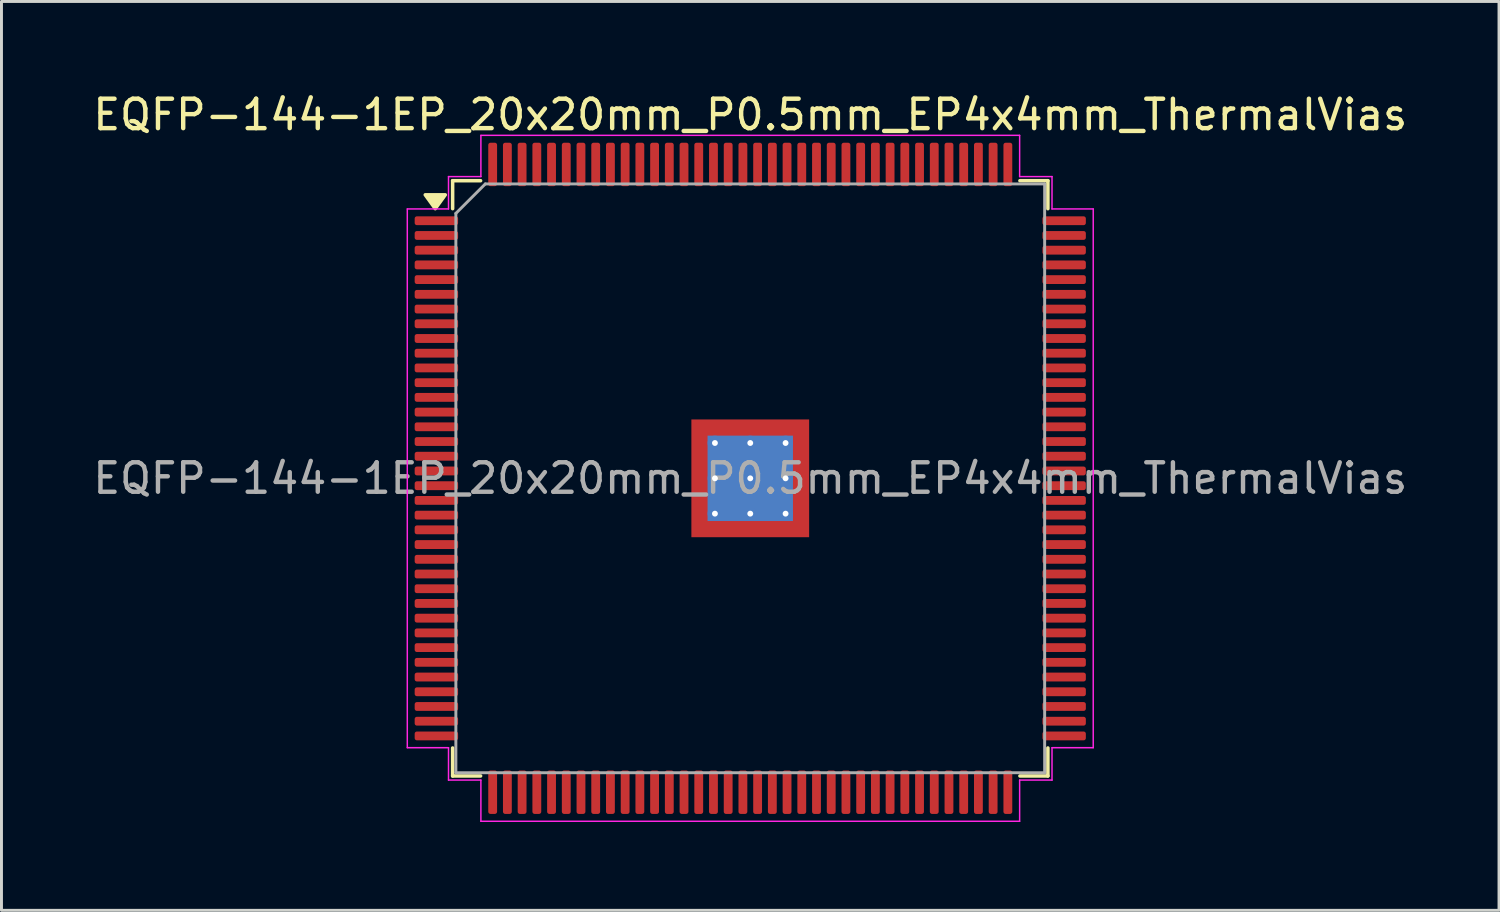
<source format=kicad_pcb>
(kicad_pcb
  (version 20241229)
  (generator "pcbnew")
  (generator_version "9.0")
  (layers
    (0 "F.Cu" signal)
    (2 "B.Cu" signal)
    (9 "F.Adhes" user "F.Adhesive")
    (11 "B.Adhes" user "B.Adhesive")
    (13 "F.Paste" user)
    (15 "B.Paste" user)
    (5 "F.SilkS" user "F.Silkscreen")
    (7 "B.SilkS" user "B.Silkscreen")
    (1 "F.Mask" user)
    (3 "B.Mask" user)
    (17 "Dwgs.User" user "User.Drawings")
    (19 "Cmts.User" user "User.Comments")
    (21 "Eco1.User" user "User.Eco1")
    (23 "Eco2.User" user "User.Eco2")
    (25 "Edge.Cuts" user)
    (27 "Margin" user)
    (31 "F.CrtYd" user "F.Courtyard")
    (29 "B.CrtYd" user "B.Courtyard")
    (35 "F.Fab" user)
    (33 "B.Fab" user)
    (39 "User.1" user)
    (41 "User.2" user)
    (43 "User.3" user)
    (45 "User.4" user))
  (footprint "EQFP-144-1EP_20x20mm_P0.5mm_EP4x4mm_ThermalVias"
    (layer "F.Cu")
    (at 22.435 13.198)
    (property "Reference" "EQFP-144-1EP_20x20mm_P0.5mm_EP4x4mm_ThermalVias" (at 0 -12.35 0) (layer "F.SilkS") (effects (font (size 1 1) (thickness 0.15))))
    (attr smd)
    (fp_line (start -10.11 -10.11) (end -10.11 -9.16) (stroke (width 0.12) (type solid)) (layer "F.SilkS"))
    (fp_line (start -10.11 10.11) (end -10.11 9.16) (stroke (width 0.12) (type solid)) (layer "F.SilkS"))
    (fp_line (start -9.16 -10.11) (end -10.11 -10.11) (stroke (width 0.12) (type solid)) (layer "F.SilkS"))
    (fp_line (start -9.16 10.11) (end -10.11 10.11) (stroke (width 0.12) (type solid)) (layer "F.SilkS"))
    (fp_line (start 9.16 -10.11) (end 10.11 -10.11) (stroke (width 0.12) (type solid)) (layer "F.SilkS"))
    (fp_line (start 9.16 10.11) (end 10.11 10.11) (stroke (width 0.12) (type solid)) (layer "F.SilkS"))
    (fp_line (start 10.11 -10.11) (end 10.11 -9.16) (stroke (width 0.12) (type solid)) (layer "F.SilkS"))
    (fp_line (start 10.11 10.11) (end 10.11 9.16) (stroke (width 0.12) (type solid)) (layer "F.SilkS"))
    (fp_poly (pts (xy -10.7 -9.16) (xy -11.04 -9.63) (xy -10.36 -9.63)) (stroke (width 0.12) (type solid)) (fill yes) (layer "F.SilkS"))
    (fp_line (start -11.65 -9.15) (end -10.25 -9.15) (stroke (width 0.05) (type solid)) (layer "F.CrtYd"))
    (fp_line (start -11.65 9.15) (end -11.65 -9.15) (stroke (width 0.05) (type solid)) (layer "F.CrtYd"))
    (fp_line (start -10.25 -10.25) (end -9.15 -10.25) (stroke (width 0.05) (type solid)) (layer "F.CrtYd"))
    (fp_line (start -10.25 -9.15) (end -10.25 -10.25) (stroke (width 0.05) (type solid)) (layer "F.CrtYd"))
    (fp_line (start -10.25 9.15) (end -11.65 9.15) (stroke (width 0.05) (type solid)) (layer "F.CrtYd"))
    (fp_line (start -10.25 10.25) (end -10.25 9.15) (stroke (width 0.05) (type solid)) (layer "F.CrtYd"))
    (fp_line (start -9.15 -11.65) (end 9.15 -11.65) (stroke (width 0.05) (type solid)) (layer "F.CrtYd"))
    (fp_line (start -9.15 -10.25) (end -9.15 -11.65) (stroke (width 0.05) (type solid)) (layer "F.CrtYd"))
    (fp_line (start -9.15 10.25) (end -10.25 10.25) (stroke (width 0.05) (type solid)) (layer "F.CrtYd"))
    (fp_line (start -9.15 11.65) (end -9.15 10.25) (stroke (width 0.05) (type solid)) (layer "F.CrtYd"))
    (fp_line (start 9.15 -11.65) (end 9.15 -10.25) (stroke (width 0.05) (type solid)) (layer "F.CrtYd"))
    (fp_line (start 9.15 -10.25) (end 10.25 -10.25) (stroke (width 0.05) (type solid)) (layer "F.CrtYd"))
    (fp_line (start 9.15 10.25) (end 9.15 11.65) (stroke (width 0.05) (type solid)) (layer "F.CrtYd"))
    (fp_line (start 9.15 11.65) (end -9.15 11.65) (stroke (width 0.05) (type solid)) (layer "F.CrtYd"))
    (fp_line (start 10.25 -10.25) (end 10.25 -9.15) (stroke (width 0.05) (type solid)) (layer "F.CrtYd"))
    (fp_line (start 10.25 -9.15) (end 11.65 -9.15) (stroke (width 0.05) (type solid)) (layer "F.CrtYd"))
    (fp_line (start 10.25 9.15) (end 10.25 10.25) (stroke (width 0.05) (type solid)) (layer "F.CrtYd"))
    (fp_line (start 10.25 10.25) (end 9.15 10.25) (stroke (width 0.05) (type solid)) (layer "F.CrtYd"))
    (fp_line (start 11.65 -9.15) (end 11.65 9.15) (stroke (width 0.05) (type solid)) (layer "F.CrtYd"))
    (fp_line (start 11.65 9.15) (end 10.25 9.15) (stroke (width 0.05) (type solid)) (layer "F.CrtYd"))
    (fp_line (start -10 -9) (end -9 -10) (stroke (width 0.1) (type solid)) (layer "F.Fab"))
    (fp_line (start -10 10) (end -10 -9) (stroke (width 0.1) (type solid)) (layer "F.Fab"))
    (fp_line (start -9 -10) (end 10 -10) (stroke (width 0.1) (type solid)) (layer "F.Fab"))
    (fp_line (start 10 -10) (end 10 10) (stroke (width 0.1) (type solid)) (layer "F.Fab"))
    (fp_line (start 10 10) (end -10 10) (stroke (width 0.1) (type solid)) (layer "F.Fab"))
    (fp_text user "${REFERENCE}" (at 0 0 0) (layer "F.Fab") (effects (font (size 1 1) (thickness 0.15))))
    (pad "" smd roundrect (at -1.33 -1.33) (size 1.07 1.07) (layers "F.Paste") (roundrect_rratio 0.234))
    (pad "" smd roundrect (at -1.33 0) (size 1.07 1.07) (layers "F.Paste") (roundrect_rratio 0.234))
    (pad "" smd roundrect (at -1.33 1.33) (size 1.07 1.07) (layers "F.Paste") (roundrect_rratio 0.234))
    (pad "" smd roundrect (at 0 -1.33) (size 1.07 1.07) (layers "F.Paste") (roundrect_rratio 0.234))
    (pad "" smd roundrect (at 0 0) (size 1.07 1.07) (layers "F.Paste") (roundrect_rratio 0.234))
    (pad "" smd roundrect (at 0 1.33) (size 1.07 1.07) (layers "F.Paste") (roundrect_rratio 0.234))
    (pad "" smd roundrect (at 1.33 -1.33) (size 1.07 1.07) (layers "F.Paste") (roundrect_rratio 0.234))
    (pad "" smd roundrect (at 1.33 0) (size 1.07 1.07) (layers "F.Paste") (roundrect_rratio 0.234))
    (pad "" smd roundrect (at 1.33 1.33) (size 1.07 1.07) (layers "F.Paste") (roundrect_rratio 0.234))
    (pad "1" smd roundrect (at -10.662 -8.75) (size 1.475 0.3) (layers "F.Cu" "F.Mask" "F.Paste") (roundrect_rratio 0.25))
    (pad "2" smd roundrect (at -10.662 -8.25) (size 1.475 0.3) (layers "F.Cu" "F.Mask" "F.Paste") (roundrect_rratio 0.25))
    (pad "3" smd roundrect (at -10.662 -7.75) (size 1.475 0.3) (layers "F.Cu" "F.Mask" "F.Paste") (roundrect_rratio 0.25))
    (pad "4" smd roundrect (at -10.662 -7.25) (size 1.475 0.3) (layers "F.Cu" "F.Mask" "F.Paste") (roundrect_rratio 0.25))
    (pad "5" smd roundrect (at -10.662 -6.75) (size 1.475 0.3) (layers "F.Cu" "F.Mask" "F.Paste") (roundrect_rratio 0.25))
    (pad "6" smd roundrect (at -10.662 -6.25) (size 1.475 0.3) (layers "F.Cu" "F.Mask" "F.Paste") (roundrect_rratio 0.25))
    (pad "7" smd roundrect (at -10.662 -5.75) (size 1.475 0.3) (layers "F.Cu" "F.Mask" "F.Paste") (roundrect_rratio 0.25))
    (pad "8" smd roundrect (at -10.662 -5.25) (size 1.475 0.3) (layers "F.Cu" "F.Mask" "F.Paste") (roundrect_rratio 0.25))
    (pad "9" smd roundrect (at -10.662 -4.75) (size 1.475 0.3) (layers "F.Cu" "F.Mask" "F.Paste") (roundrect_rratio 0.25))
    (pad "10" smd roundrect (at -10.662 -4.25) (size 1.475 0.3) (layers "F.Cu" "F.Mask" "F.Paste") (roundrect_rratio 0.25))
    (pad "11" smd roundrect (at -10.662 -3.75) (size 1.475 0.3) (layers "F.Cu" "F.Mask" "F.Paste") (roundrect_rratio 0.25))
    (pad "12" smd roundrect (at -10.662 -3.25) (size 1.475 0.3) (layers "F.Cu" "F.Mask" "F.Paste") (roundrect_rratio 0.25))
    (pad "13" smd roundrect (at -10.662 -2.75) (size 1.475 0.3) (layers "F.Cu" "F.Mask" "F.Paste") (roundrect_rratio 0.25))
    (pad "14" smd roundrect (at -10.662 -2.25) (size 1.475 0.3) (layers "F.Cu" "F.Mask" "F.Paste") (roundrect_rratio 0.25))
    (pad "15" smd roundrect (at -10.662 -1.75) (size 1.475 0.3) (layers "F.Cu" "F.Mask" "F.Paste") (roundrect_rratio 0.25))
    (pad "16" smd roundrect (at -10.662 -1.25) (size 1.475 0.3) (layers "F.Cu" "F.Mask" "F.Paste") (roundrect_rratio 0.25))
    (pad "17" smd roundrect (at -10.662 -0.75) (size 1.475 0.3) (layers "F.Cu" "F.Mask" "F.Paste") (roundrect_rratio 0.25))
    (pad "18" smd roundrect (at -10.662 -0.25) (size 1.475 0.3) (layers "F.Cu" "F.Mask" "F.Paste") (roundrect_rratio 0.25))
    (pad "19" smd roundrect (at -10.662 0.25) (size 1.475 0.3) (layers "F.Cu" "F.Mask" "F.Paste") (roundrect_rratio 0.25))
    (pad "20" smd roundrect (at -10.662 0.75) (size 1.475 0.3) (layers "F.Cu" "F.Mask" "F.Paste") (roundrect_rratio 0.25))
    (pad "21" smd roundrect (at -10.662 1.25) (size 1.475 0.3) (layers "F.Cu" "F.Mask" "F.Paste") (roundrect_rratio 0.25))
    (pad "22" smd roundrect (at -10.662 1.75) (size 1.475 0.3) (layers "F.Cu" "F.Mask" "F.Paste") (roundrect_rratio 0.25))
    (pad "23" smd roundrect (at -10.662 2.25) (size 1.475 0.3) (layers "F.Cu" "F.Mask" "F.Paste") (roundrect_rratio 0.25))
    (pad "24" smd roundrect (at -10.662 2.75) (size 1.475 0.3) (layers "F.Cu" "F.Mask" "F.Paste") (roundrect_rratio 0.25))
    (pad "25" smd roundrect (at -10.662 3.25) (size 1.475 0.3) (layers "F.Cu" "F.Mask" "F.Paste") (roundrect_rratio 0.25))
    (pad "26" smd roundrect (at -10.662 3.75) (size 1.475 0.3) (layers "F.Cu" "F.Mask" "F.Paste") (roundrect_rratio 0.25))
    (pad "27" smd roundrect (at -10.662 4.25) (size 1.475 0.3) (layers "F.Cu" "F.Mask" "F.Paste") (roundrect_rratio 0.25))
    (pad "28" smd roundrect (at -10.662 4.75) (size 1.475 0.3) (layers "F.Cu" "F.Mask" "F.Paste") (roundrect_rratio 0.25))
    (pad "29" smd roundrect (at -10.662 5.25) (size 1.475 0.3) (layers "F.Cu" "F.Mask" "F.Paste") (roundrect_rratio 0.25))
    (pad "30" smd roundrect (at -10.662 5.75) (size 1.475 0.3) (layers "F.Cu" "F.Mask" "F.Paste") (roundrect_rratio 0.25))
    (pad "31" smd roundrect (at -10.662 6.25) (size 1.475 0.3) (layers "F.Cu" "F.Mask" "F.Paste") (roundrect_rratio 0.25))
    (pad "32" smd roundrect (at -10.662 6.75) (size 1.475 0.3) (layers "F.Cu" "F.Mask" "F.Paste") (roundrect_rratio 0.25))
    (pad "33" smd roundrect (at -10.662 7.25) (size 1.475 0.3) (layers "F.Cu" "F.Mask" "F.Paste") (roundrect_rratio 0.25))
    (pad "34" smd roundrect (at -10.662 7.75) (size 1.475 0.3) (layers "F.Cu" "F.Mask" "F.Paste") (roundrect_rratio 0.25))
    (pad "35" smd roundrect (at -10.662 8.25) (size 1.475 0.3) (layers "F.Cu" "F.Mask" "F.Paste") (roundrect_rratio 0.25))
    (pad "36" smd roundrect (at -10.662 8.75) (size 1.475 0.3) (layers "F.Cu" "F.Mask" "F.Paste") (roundrect_rratio 0.25))
    (pad "37" smd roundrect (at -8.75 10.662) (size 0.3 1.475) (layers "F.Cu" "F.Mask" "F.Paste") (roundrect_rratio 0.25))
    (pad "38" smd roundrect (at -8.25 10.662) (size 0.3 1.475) (layers "F.Cu" "F.Mask" "F.Paste") (roundrect_rratio 0.25))
    (pad "39" smd roundrect (at -7.75 10.662) (size 0.3 1.475) (layers "F.Cu" "F.Mask" "F.Paste") (roundrect_rratio 0.25))
    (pad "40" smd roundrect (at -7.25 10.662) (size 0.3 1.475) (layers "F.Cu" "F.Mask" "F.Paste") (roundrect_rratio 0.25))
    (pad "41" smd roundrect (at -6.75 10.662) (size 0.3 1.475) (layers "F.Cu" "F.Mask" "F.Paste") (roundrect_rratio 0.25))
    (pad "42" smd roundrect (at -6.25 10.662) (size 0.3 1.475) (layers "F.Cu" "F.Mask" "F.Paste") (roundrect_rratio 0.25))
    (pad "43" smd roundrect (at -5.75 10.662) (size 0.3 1.475) (layers "F.Cu" "F.Mask" "F.Paste") (roundrect_rratio 0.25))
    (pad "44" smd roundrect (at -5.25 10.662) (size 0.3 1.475) (layers "F.Cu" "F.Mask" "F.Paste") (roundrect_rratio 0.25))
    (pad "45" smd roundrect (at -4.75 10.662) (size 0.3 1.475) (layers "F.Cu" "F.Mask" "F.Paste") (roundrect_rratio 0.25))
    (pad "46" smd roundrect (at -4.25 10.662) (size 0.3 1.475) (layers "F.Cu" "F.Mask" "F.Paste") (roundrect_rratio 0.25))
    (pad "47" smd roundrect (at -3.75 10.662) (size 0.3 1.475) (layers "F.Cu" "F.Mask" "F.Paste") (roundrect_rratio 0.25))
    (pad "48" smd roundrect (at -3.25 10.662) (size 0.3 1.475) (layers "F.Cu" "F.Mask" "F.Paste") (roundrect_rratio 0.25))
    (pad "49" smd roundrect (at -2.75 10.662) (size 0.3 1.475) (layers "F.Cu" "F.Mask" "F.Paste") (roundrect_rratio 0.25))
    (pad "50" smd roundrect (at -2.25 10.662) (size 0.3 1.475) (layers "F.Cu" "F.Mask" "F.Paste") (roundrect_rratio 0.25))
    (pad "51" smd roundrect (at -1.75 10.662) (size 0.3 1.475) (layers "F.Cu" "F.Mask" "F.Paste") (roundrect_rratio 0.25))
    (pad "52" smd roundrect (at -1.25 10.662) (size 0.3 1.475) (layers "F.Cu" "F.Mask" "F.Paste") (roundrect_rratio 0.25))
    (pad "53" smd roundrect (at -0.75 10.662) (size 0.3 1.475) (layers "F.Cu" "F.Mask" "F.Paste") (roundrect_rratio 0.25))
    (pad "54" smd roundrect (at -0.25 10.662) (size 0.3 1.475) (layers "F.Cu" "F.Mask" "F.Paste") (roundrect_rratio 0.25))
    (pad "55" smd roundrect (at 0.25 10.662) (size 0.3 1.475) (layers "F.Cu" "F.Mask" "F.Paste") (roundrect_rratio 0.25))
    (pad "56" smd roundrect (at 0.75 10.662) (size 0.3 1.475) (layers "F.Cu" "F.Mask" "F.Paste") (roundrect_rratio 0.25))
    (pad "57" smd roundrect (at 1.25 10.662) (size 0.3 1.475) (layers "F.Cu" "F.Mask" "F.Paste") (roundrect_rratio 0.25))
    (pad "58" smd roundrect (at 1.75 10.662) (size 0.3 1.475) (layers "F.Cu" "F.Mask" "F.Paste") (roundrect_rratio 0.25))
    (pad "59" smd roundrect (at 2.25 10.662) (size 0.3 1.475) (layers "F.Cu" "F.Mask" "F.Paste") (roundrect_rratio 0.25))
    (pad "60" smd roundrect (at 2.75 10.662) (size 0.3 1.475) (layers "F.Cu" "F.Mask" "F.Paste") (roundrect_rratio 0.25))
    (pad "61" smd roundrect (at 3.25 10.662) (size 0.3 1.475) (layers "F.Cu" "F.Mask" "F.Paste") (roundrect_rratio 0.25))
    (pad "62" smd roundrect (at 3.75 10.662) (size 0.3 1.475) (layers "F.Cu" "F.Mask" "F.Paste") (roundrect_rratio 0.25))
    (pad "63" smd roundrect (at 4.25 10.662) (size 0.3 1.475) (layers "F.Cu" "F.Mask" "F.Paste") (roundrect_rratio 0.25))
    (pad "64" smd roundrect (at 4.75 10.662) (size 0.3 1.475) (layers "F.Cu" "F.Mask" "F.Paste") (roundrect_rratio 0.25))
    (pad "65" smd roundrect (at 5.25 10.662) (size 0.3 1.475) (layers "F.Cu" "F.Mask" "F.Paste") (roundrect_rratio 0.25))
    (pad "66" smd roundrect (at 5.75 10.662) (size 0.3 1.475) (layers "F.Cu" "F.Mask" "F.Paste") (roundrect_rratio 0.25))
    (pad "67" smd roundrect (at 6.25 10.662) (size 0.3 1.475) (layers "F.Cu" "F.Mask" "F.Paste") (roundrect_rratio 0.25))
    (pad "68" smd roundrect (at 6.75 10.662) (size 0.3 1.475) (layers "F.Cu" "F.Mask" "F.Paste") (roundrect_rratio 0.25))
    (pad "69" smd roundrect (at 7.25 10.662) (size 0.3 1.475) (layers "F.Cu" "F.Mask" "F.Paste") (roundrect_rratio 0.25))
    (pad "70" smd roundrect (at 7.75 10.662) (size 0.3 1.475) (layers "F.Cu" "F.Mask" "F.Paste") (roundrect_rratio 0.25))
    (pad "71" smd roundrect (at 8.25 10.662) (size 0.3 1.475) (layers "F.Cu" "F.Mask" "F.Paste") (roundrect_rratio 0.25))
    (pad "72" smd roundrect (at 8.75 10.662) (size 0.3 1.475) (layers "F.Cu" "F.Mask" "F.Paste") (roundrect_rratio 0.25))
    (pad "73" smd roundrect (at 10.662 8.75) (size 1.475 0.3) (layers "F.Cu" "F.Mask" "F.Paste") (roundrect_rratio 0.25))
    (pad "74" smd roundrect (at 10.662 8.25) (size 1.475 0.3) (layers "F.Cu" "F.Mask" "F.Paste") (roundrect_rratio 0.25))
    (pad "75" smd roundrect (at 10.662 7.75) (size 1.475 0.3) (layers "F.Cu" "F.Mask" "F.Paste") (roundrect_rratio 0.25))
    (pad "76" smd roundrect (at 10.662 7.25) (size 1.475 0.3) (layers "F.Cu" "F.Mask" "F.Paste") (roundrect_rratio 0.25))
    (pad "77" smd roundrect (at 10.662 6.75) (size 1.475 0.3) (layers "F.Cu" "F.Mask" "F.Paste") (roundrect_rratio 0.25))
    (pad "78" smd roundrect (at 10.662 6.25) (size 1.475 0.3) (layers "F.Cu" "F.Mask" "F.Paste") (roundrect_rratio 0.25))
    (pad "79" smd roundrect (at 10.662 5.75) (size 1.475 0.3) (layers "F.Cu" "F.Mask" "F.Paste") (roundrect_rratio 0.25))
    (pad "80" smd roundrect (at 10.662 5.25) (size 1.475 0.3) (layers "F.Cu" "F.Mask" "F.Paste") (roundrect_rratio 0.25))
    (pad "81" smd roundrect (at 10.662 4.75) (size 1.475 0.3) (layers "F.Cu" "F.Mask" "F.Paste") (roundrect_rratio 0.25))
    (pad "82" smd roundrect (at 10.662 4.25) (size 1.475 0.3) (layers "F.Cu" "F.Mask" "F.Paste") (roundrect_rratio 0.25))
    (pad "83" smd roundrect (at 10.662 3.75) (size 1.475 0.3) (layers "F.Cu" "F.Mask" "F.Paste") (roundrect_rratio 0.25))
    (pad "84" smd roundrect (at 10.662 3.25) (size 1.475 0.3) (layers "F.Cu" "F.Mask" "F.Paste") (roundrect_rratio 0.25))
    (pad "85" smd roundrect (at 10.662 2.75) (size 1.475 0.3) (layers "F.Cu" "F.Mask" "F.Paste") (roundrect_rratio 0.25))
    (pad "86" smd roundrect (at 10.662 2.25) (size 1.475 0.3) (layers "F.Cu" "F.Mask" "F.Paste") (roundrect_rratio 0.25))
    (pad "87" smd roundrect (at 10.662 1.75) (size 1.475 0.3) (layers "F.Cu" "F.Mask" "F.Paste") (roundrect_rratio 0.25))
    (pad "88" smd roundrect (at 10.662 1.25) (size 1.475 0.3) (layers "F.Cu" "F.Mask" "F.Paste") (roundrect_rratio 0.25))
    (pad "89" smd roundrect (at 10.662 0.75) (size 1.475 0.3) (layers "F.Cu" "F.Mask" "F.Paste") (roundrect_rratio 0.25))
    (pad "90" smd roundrect (at 10.662 0.25) (size 1.475 0.3) (layers "F.Cu" "F.Mask" "F.Paste") (roundrect_rratio 0.25))
    (pad "91" smd roundrect (at 10.662 -0.25) (size 1.475 0.3) (layers "F.Cu" "F.Mask" "F.Paste") (roundrect_rratio 0.25))
    (pad "92" smd roundrect (at 10.662 -0.75) (size 1.475 0.3) (layers "F.Cu" "F.Mask" "F.Paste") (roundrect_rratio 0.25))
    (pad "93" smd roundrect (at 10.662 -1.25) (size 1.475 0.3) (layers "F.Cu" "F.Mask" "F.Paste") (roundrect_rratio 0.25))
    (pad "94" smd roundrect (at 10.662 -1.75) (size 1.475 0.3) (layers "F.Cu" "F.Mask" "F.Paste") (roundrect_rratio 0.25))
    (pad "95" smd roundrect (at 10.662 -2.25) (size 1.475 0.3) (layers "F.Cu" "F.Mask" "F.Paste") (roundrect_rratio 0.25))
    (pad "96" smd roundrect (at 10.662 -2.75) (size 1.475 0.3) (layers "F.Cu" "F.Mask" "F.Paste") (roundrect_rratio 0.25))
    (pad "97" smd roundrect (at 10.662 -3.25) (size 1.475 0.3) (layers "F.Cu" "F.Mask" "F.Paste") (roundrect_rratio 0.25))
    (pad "98" smd roundrect (at 10.662 -3.75) (size 1.475 0.3) (layers "F.Cu" "F.Mask" "F.Paste") (roundrect_rratio 0.25))
    (pad "99" smd roundrect (at 10.662 -4.25) (size 1.475 0.3) (layers "F.Cu" "F.Mask" "F.Paste") (roundrect_rratio 0.25))
    (pad "100" smd roundrect (at 10.662 -4.75) (size 1.475 0.3) (layers "F.Cu" "F.Mask" "F.Paste") (roundrect_rratio 0.25))
    (pad "101" smd roundrect (at 10.662 -5.25) (size 1.475 0.3) (layers "F.Cu" "F.Mask" "F.Paste") (roundrect_rratio 0.25))
    (pad "102" smd roundrect (at 10.662 -5.75) (size 1.475 0.3) (layers "F.Cu" "F.Mask" "F.Paste") (roundrect_rratio 0.25))
    (pad "103" smd roundrect (at 10.662 -6.25) (size 1.475 0.3) (layers "F.Cu" "F.Mask" "F.Paste") (roundrect_rratio 0.25))
    (pad "104" smd roundrect (at 10.662 -6.75) (size 1.475 0.3) (layers "F.Cu" "F.Mask" "F.Paste") (roundrect_rratio 0.25))
    (pad "105" smd roundrect (at 10.662 -7.25) (size 1.475 0.3) (layers "F.Cu" "F.Mask" "F.Paste") (roundrect_rratio 0.25))
    (pad "106" smd roundrect (at 10.662 -7.75) (size 1.475 0.3) (layers "F.Cu" "F.Mask" "F.Paste") (roundrect_rratio 0.25))
    (pad "107" smd roundrect (at 10.662 -8.25) (size 1.475 0.3) (layers "F.Cu" "F.Mask" "F.Paste") (roundrect_rratio 0.25))
    (pad "108" smd roundrect (at 10.662 -8.75) (size 1.475 0.3) (layers "F.Cu" "F.Mask" "F.Paste") (roundrect_rratio 0.25))
    (pad "109" smd roundrect (at 8.75 -10.662) (size 0.3 1.475) (layers "F.Cu" "F.Mask" "F.Paste") (roundrect_rratio 0.25))
    (pad "110" smd roundrect (at 8.25 -10.662) (size 0.3 1.475) (layers "F.Cu" "F.Mask" "F.Paste") (roundrect_rratio 0.25))
    (pad "111" smd roundrect (at 7.75 -10.662) (size 0.3 1.475) (layers "F.Cu" "F.Mask" "F.Paste") (roundrect_rratio 0.25))
    (pad "112" smd roundrect (at 7.25 -10.662) (size 0.3 1.475) (layers "F.Cu" "F.Mask" "F.Paste") (roundrect_rratio 0.25))
    (pad "113" smd roundrect (at 6.75 -10.662) (size 0.3 1.475) (layers "F.Cu" "F.Mask" "F.Paste") (roundrect_rratio 0.25))
    (pad "114" smd roundrect (at 6.25 -10.662) (size 0.3 1.475) (layers "F.Cu" "F.Mask" "F.Paste") (roundrect_rratio 0.25))
    (pad "115" smd roundrect (at 5.75 -10.662) (size 0.3 1.475) (layers "F.Cu" "F.Mask" "F.Paste") (roundrect_rratio 0.25))
    (pad "116" smd roundrect (at 5.25 -10.662) (size 0.3 1.475) (layers "F.Cu" "F.Mask" "F.Paste") (roundrect_rratio 0.25))
    (pad "117" smd roundrect (at 4.75 -10.662) (size 0.3 1.475) (layers "F.Cu" "F.Mask" "F.Paste") (roundrect_rratio 0.25))
    (pad "118" smd roundrect (at 4.25 -10.662) (size 0.3 1.475) (layers "F.Cu" "F.Mask" "F.Paste") (roundrect_rratio 0.25))
    (pad "119" smd roundrect (at 3.75 -10.662) (size 0.3 1.475) (layers "F.Cu" "F.Mask" "F.Paste") (roundrect_rratio 0.25))
    (pad "120" smd roundrect (at 3.25 -10.662) (size 0.3 1.475) (layers "F.Cu" "F.Mask" "F.Paste") (roundrect_rratio 0.25))
    (pad "121" smd roundrect (at 2.75 -10.662) (size 0.3 1.475) (layers "F.Cu" "F.Mask" "F.Paste") (roundrect_rratio 0.25))
    (pad "122" smd roundrect (at 2.25 -10.662) (size 0.3 1.475) (layers "F.Cu" "F.Mask" "F.Paste") (roundrect_rratio 0.25))
    (pad "123" smd roundrect (at 1.75 -10.662) (size 0.3 1.475) (layers "F.Cu" "F.Mask" "F.Paste") (roundrect_rratio 0.25))
    (pad "124" smd roundrect (at 1.25 -10.662) (size 0.3 1.475) (layers "F.Cu" "F.Mask" "F.Paste") (roundrect_rratio 0.25))
    (pad "125" smd roundrect (at 0.75 -10.662) (size 0.3 1.475) (layers "F.Cu" "F.Mask" "F.Paste") (roundrect_rratio 0.25))
    (pad "126" smd roundrect (at 0.25 -10.662) (size 0.3 1.475) (layers "F.Cu" "F.Mask" "F.Paste") (roundrect_rratio 0.25))
    (pad "127" smd roundrect (at -0.25 -10.662) (size 0.3 1.475) (layers "F.Cu" "F.Mask" "F.Paste") (roundrect_rratio 0.25))
    (pad "128" smd roundrect (at -0.75 -10.662) (size 0.3 1.475) (layers "F.Cu" "F.Mask" "F.Paste") (roundrect_rratio 0.25))
    (pad "129" smd roundrect (at -1.25 -10.662) (size 0.3 1.475) (layers "F.Cu" "F.Mask" "F.Paste") (roundrect_rratio 0.25))
    (pad "130" smd roundrect (at -1.75 -10.662) (size 0.3 1.475) (layers "F.Cu" "F.Mask" "F.Paste") (roundrect_rratio 0.25))
    (pad "131" smd roundrect (at -2.25 -10.662) (size 0.3 1.475) (layers "F.Cu" "F.Mask" "F.Paste") (roundrect_rratio 0.25))
    (pad "132" smd roundrect (at -2.75 -10.662) (size 0.3 1.475) (layers "F.Cu" "F.Mask" "F.Paste") (roundrect_rratio 0.25))
    (pad "133" smd roundrect (at -3.25 -10.662) (size 0.3 1.475) (layers "F.Cu" "F.Mask" "F.Paste") (roundrect_rratio 0.25))
    (pad "134" smd roundrect (at -3.75 -10.662) (size 0.3 1.475) (layers "F.Cu" "F.Mask" "F.Paste") (roundrect_rratio 0.25))
    (pad "135" smd roundrect (at -4.25 -10.662) (size 0.3 1.475) (layers "F.Cu" "F.Mask" "F.Paste") (roundrect_rratio 0.25))
    (pad "136" smd roundrect (at -4.75 -10.662) (size 0.3 1.475) (layers "F.Cu" "F.Mask" "F.Paste") (roundrect_rratio 0.25))
    (pad "137" smd roundrect (at -5.25 -10.662) (size 0.3 1.475) (layers "F.Cu" "F.Mask" "F.Paste") (roundrect_rratio 0.25))
    (pad "138" smd roundrect (at -5.75 -10.662) (size 0.3 1.475) (layers "F.Cu" "F.Mask" "F.Paste") (roundrect_rratio 0.25))
    (pad "139" smd roundrect (at -6.25 -10.662) (size 0.3 1.475) (layers "F.Cu" "F.Mask" "F.Paste") (roundrect_rratio 0.25))
    (pad "140" smd roundrect (at -6.75 -10.662) (size 0.3 1.475) (layers "F.Cu" "F.Mask" "F.Paste") (roundrect_rratio 0.25))
    (pad "141" smd roundrect (at -7.25 -10.662) (size 0.3 1.475) (layers "F.Cu" "F.Mask" "F.Paste") (roundrect_rratio 0.25))
    (pad "142" smd roundrect (at -7.75 -10.662) (size 0.3 1.475) (layers "F.Cu" "F.Mask" "F.Paste") (roundrect_rratio 0.25))
    (pad "143" smd roundrect (at -8.25 -10.662) (size 0.3 1.475) (layers "F.Cu" "F.Mask" "F.Paste") (roundrect_rratio 0.25))
    (pad "144" smd roundrect (at -8.75 -10.662) (size 0.3 1.475) (layers "F.Cu" "F.Mask" "F.Paste") (roundrect_rratio 0.25))
    (pad "145" thru_hole circle (at -1.2 -1.2) (size 0.5 0.5) (drill 0.2) (property pad_prop_heatsink) (layers "*.Cu"))
    (pad "145" thru_hole circle (at -1.2 0) (size 0.5 0.5) (drill 0.2) (property pad_prop_heatsink) (layers "*.Cu"))
    (pad "145" thru_hole circle (at -1.2 1.2) (size 0.5 0.5) (drill 0.2) (property pad_prop_heatsink) (layers "*.Cu"))
    (pad "145" thru_hole circle (at 0 -1.2) (size 0.5 0.5) (drill 0.2) (property pad_prop_heatsink) (layers "*.Cu"))
    (pad "145" thru_hole circle (at 0 0) (size 0.5 0.5) (drill 0.2) (property pad_prop_heatsink) (layers "*.Cu"))
    (pad "145" smd rect (at 0 0) (size 2.9 2.9) (property pad_prop_heatsink) (layers "B.Cu"))
    (pad "145" smd rect (at 0 0) (size 4 4) (property pad_prop_heatsink) (layers "F.Cu" "F.Mask"))
    (pad "145" thru_hole circle (at 0 1.2) (size 0.5 0.5) (drill 0.2) (property pad_prop_heatsink) (layers "*.Cu"))
    (pad "145" thru_hole circle (at 1.2 -1.2) (size 0.5 0.5) (drill 0.2) (property pad_prop_heatsink) (layers "*.Cu"))
    (pad "145" thru_hole circle (at 1.2 0) (size 0.5 0.5) (drill 0.2) (property pad_prop_heatsink) (layers "*.Cu"))
    (pad "145" thru_hole circle (at 1.2 1.2) (size 0.5 0.5) (drill 0.2) (property pad_prop_heatsink) (layers "*.Cu")))
  (gr_rect
    (start -3 -3)
    (end 47.869 27.873)
    (stroke (width 0.1) (type default))
    (fill no)
    (layer "Edge.Cuts")))
</source>
